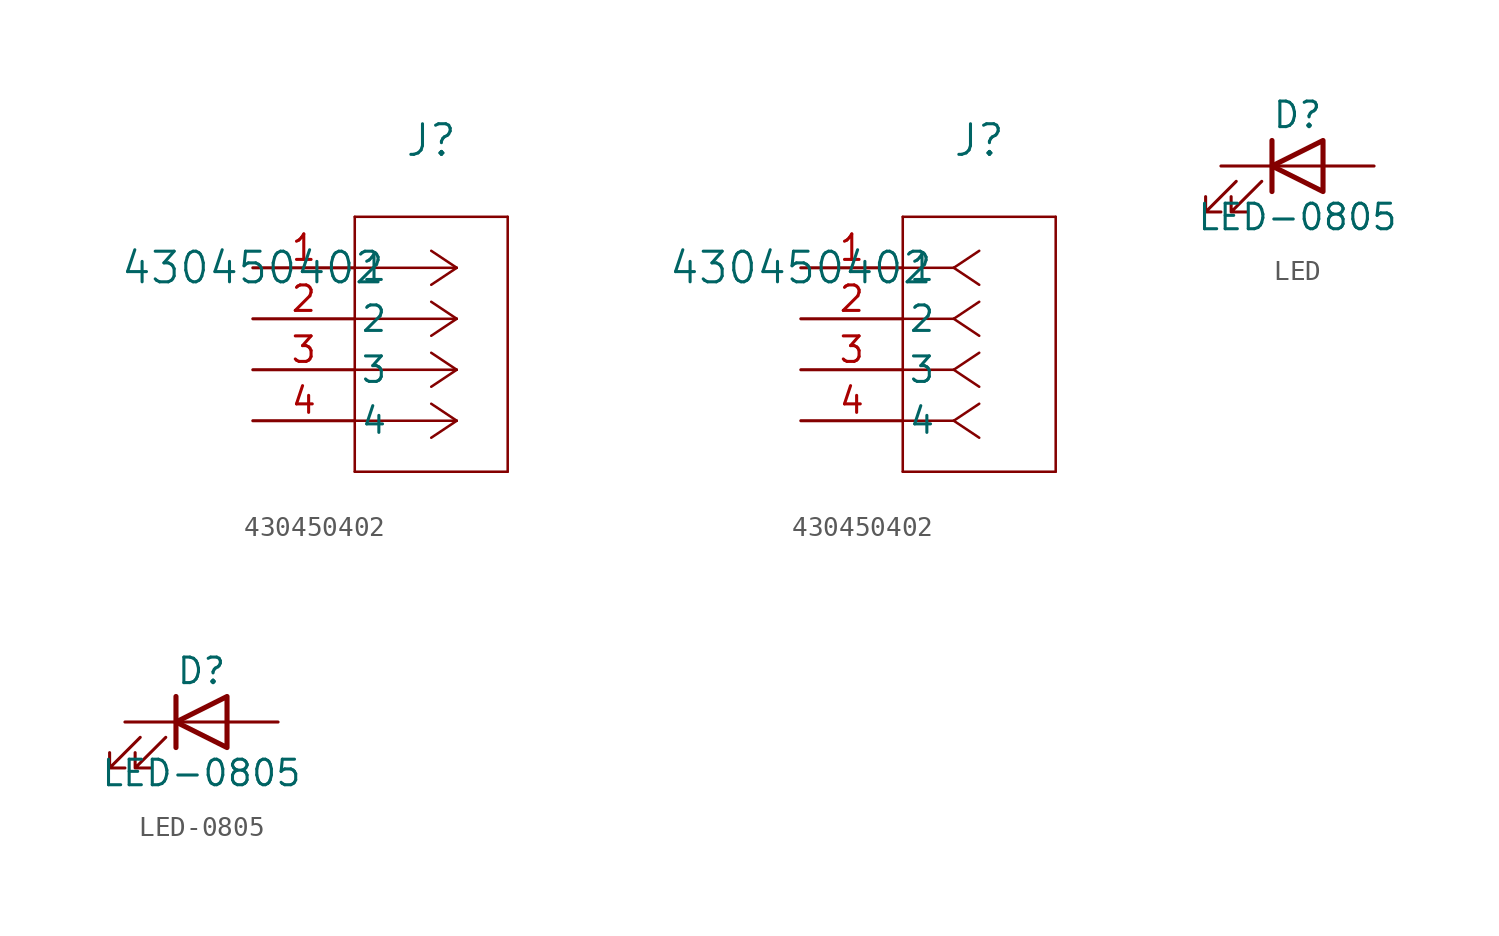
<source format=kicad_sym>
(kicad_symbol_lib
  (version 20241209)
  (generator "kicad_symbol_editor")
  (generator_version "9.0")
  (symbol "430450402"
    (pin_names
      (offset 0.254))
    (property "Reference" "J"
      (at 8.89 6.35 0)
      (effects (font (size 1.524 1.524))))
    (property "Value" "430450402"
      (at 0 0 0)
      (effects (font (size 1.524 1.524))))
    (symbol "430450402_1_1"
      (polyline (pts (xy 5.08 2.54) (xy 5.08 -10.16)) (stroke (width 0.127) (type default)) (fill (type none)))
      (polyline (pts (xy 5.08 -10.16) (xy 12.7 -10.16)) (stroke (width 0.127) (type default)) (fill (type none)))
      (polyline (pts (xy 10.16 0) (xy 5.08 0)) (stroke (width 0.127) (type default)) (fill (type none)))
      (polyline (pts (xy 10.16 0) (xy 8.89 0.847)) (stroke (width 0.127) (type default)) (fill (type none)))
      (polyline (pts (xy 10.16 0) (xy 8.89 -0.847)) (stroke (width 0.127) (type default)) (fill (type none)))
      (polyline (pts (xy 10.16 -2.54) (xy 5.08 -2.54)) (stroke (width 0.127) (type default)) (fill (type none)))
      (polyline (pts (xy 10.16 -2.54) (xy 8.89 -1.693)) (stroke (width 0.127) (type default)) (fill (type none)))
      (polyline (pts (xy 10.16 -2.54) (xy 8.89 -3.387)) (stroke (width 0.127) (type default)) (fill (type none)))
      (polyline (pts (xy 10.16 -5.08) (xy 5.08 -5.08)) (stroke (width 0.127) (type default)) (fill (type none)))
      (polyline (pts (xy 10.16 -5.08) (xy 8.89 -4.233)) (stroke (width 0.127) (type default)) (fill (type none)))
      (polyline (pts (xy 10.16 -5.08) (xy 8.89 -5.927)) (stroke (width 0.127) (type default)) (fill (type none)))
      (polyline (pts (xy 10.16 -7.62) (xy 5.08 -7.62)) (stroke (width 0.127) (type default)) (fill (type none)))
      (polyline (pts (xy 10.16 -7.62) (xy 8.89 -6.773)) (stroke (width 0.127) (type default)) (fill (type none)))
      (polyline (pts (xy 10.16 -7.62) (xy 8.89 -8.467)) (stroke (width 0.127) (type default)) (fill (type none)))
      (polyline (pts (xy 12.7 2.54) (xy 5.08 2.54)) (stroke (width 0.127) (type default)) (fill (type none)))
      (polyline (pts (xy 12.7 -10.16) (xy 12.7 2.54)) (stroke (width 0.127) (type default)) (fill (type none)))
      (pin unspecified line (at 0 0 0) (length 5.08) (name "1" (effects (font (size 1.27 1.27)))) (number "1" (effects (font (size 1.27 1.27)))))
      (pin unspecified line (at 0 -2.54 0) (length 5.08) (name "2" (effects (font (size 1.27 1.27)))) (number "2" (effects (font (size 1.27 1.27)))))
      (pin unspecified line (at 0 -5.08 0) (length 5.08) (name "3" (effects (font (size 1.27 1.27)))) (number "3" (effects (font (size 1.27 1.27)))))
      (pin unspecified line (at 0 -7.62 0) (length 5.08) (name "4" (effects (font (size 1.27 1.27)))) (number "4" (effects (font (size 1.27 1.27))))))
    (symbol "430450402_1_2"
      (polyline (pts (xy 5.08 2.54) (xy 5.08 -10.16)) (stroke (width 0.127) (type default)) (fill (type none)))
      (polyline (pts (xy 5.08 -10.16) (xy 12.7 -10.16)) (stroke (width 0.127) (type default)) (fill (type none)))
      (polyline (pts (xy 7.62 0) (xy 5.08 0)) (stroke (width 0.127) (type default)) (fill (type none)))
      (polyline (pts (xy 7.62 0) (xy 8.89 0.847)) (stroke (width 0.127) (type default)) (fill (type none)))
      (polyline (pts (xy 7.62 0) (xy 8.89 -0.847)) (stroke (width 0.127) (type default)) (fill (type none)))
      (polyline (pts (xy 7.62 -2.54) (xy 5.08 -2.54)) (stroke (width 0.127) (type default)) (fill (type none)))
      (polyline (pts (xy 7.62 -2.54) (xy 8.89 -1.693)) (stroke (width 0.127) (type default)) (fill (type none)))
      (polyline (pts (xy 7.62 -2.54) (xy 8.89 -3.387)) (stroke (width 0.127) (type default)) (fill (type none)))
      (polyline (pts (xy 7.62 -5.08) (xy 5.08 -5.08)) (stroke (width 0.127) (type default)) (fill (type none)))
      (polyline (pts (xy 7.62 -5.08) (xy 8.89 -4.233)) (stroke (width 0.127) (type default)) (fill (type none)))
      (polyline (pts (xy 7.62 -5.08) (xy 8.89 -5.927)) (stroke (width 0.127) (type default)) (fill (type none)))
      (polyline (pts (xy 7.62 -7.62) (xy 5.08 -7.62)) (stroke (width 0.127) (type default)) (fill (type none)))
      (polyline (pts (xy 7.62 -7.62) (xy 8.89 -6.773)) (stroke (width 0.127) (type default)) (fill (type none)))
      (polyline (pts (xy 7.62 -7.62) (xy 8.89 -8.467)) (stroke (width 0.127) (type default)) (fill (type none)))
      (polyline (pts (xy 12.7 2.54) (xy 5.08 2.54)) (stroke (width 0.127) (type default)) (fill (type none)))
      (polyline (pts (xy 12.7 -10.16) (xy 12.7 2.54)) (stroke (width 0.127) (type default)) (fill (type none)))
      (pin unspecified line (at 0 0 0) (length 5.08) (name "1" (effects (font (size 1.27 1.27)))) (number "1" (effects (font (size 1.27 1.27)))))
      (pin unspecified line (at 0 -2.54 0) (length 5.08) (name "2" (effects (font (size 1.27 1.27)))) (number "2" (effects (font (size 1.27 1.27)))))
      (pin unspecified line (at 0 -5.08 0) (length 5.08) (name "3" (effects (font (size 1.27 1.27)))) (number "3" (effects (font (size 1.27 1.27)))))
      (pin unspecified line (at 0 -7.62 0) (length 5.08) (name "4" (effects (font (size 1.27 1.27)))) (number "4" (effects (font (size 1.27 1.27)))))))
  (symbol "LED"
    (pin_numbers
      (hide yes))
    (pin_names
      (offset 1.016)
      (hide yes))
    (property "Reference" "D"
      (at 0 2.54 0)
      (effects (font (size 1.27 1.27))))
    (property "Value" "LED-0805"
      (at 0 -2.54 0)
      (effects (font (size 1.27 1.27))))
    (symbol "LED_0_1"
      (polyline (pts (xy -3.048 -0.762) (xy -4.572 -2.286) (xy -3.81 -2.286) (xy -4.572 -2.286) (xy -4.572 -1.524)) (stroke (width 0) (type default)) (fill (type none)))
      (polyline (pts (xy -1.778 -0.762) (xy -3.302 -2.286) (xy -2.54 -2.286) (xy -3.302 -2.286) (xy -3.302 -1.524)) (stroke (width 0) (type default)) (fill (type none)))
      (polyline (pts (xy -1.27 0) (xy 1.27 0)) (stroke (width 0) (type default)) (fill (type none)))
      (polyline (pts (xy -1.27 -1.27) (xy -1.27 1.27)) (stroke (width 0.254) (type default)) (fill (type none)))
      (polyline (pts (xy 1.27 -1.27) (xy 1.27 1.27) (xy -1.27 0) (xy 1.27 -1.27)) (stroke (width 0.254) (type default)) (fill (type none))))
    (symbol "LED_1_1"
      (pin passive line (at -3.81 0 0) (length 2.54) (name "K" (effects (font (size 1.27 1.27)))) (number "1" (effects (font (size 1.27 1.27)))))
      (pin passive line (at 3.81 0 180) (length 2.54) (name "A" (effects (font (size 1.27 1.27)))) (number "2" (effects (font (size 1.27 1.27)))))))
  (symbol "LED-0805"
    (pin_numbers
      (hide yes))
    (pin_names
      (offset 1.016)
      (hide yes))
    (property "Reference" "D"
      (at 0 2.54 0)
      (effects (font (size 1.27 1.27))))
    (property "Value" "LED-0805"
      (at 0 -2.54 0)
      (effects (font (size 1.27 1.27))))
    (symbol "LED-0805_0_1"
      (polyline (pts (xy -3.048 -0.762) (xy -4.572 -2.286) (xy -3.81 -2.286) (xy -4.572 -2.286) (xy -4.572 -1.524)) (stroke (width 0) (type default)) (fill (type none)))
      (polyline (pts (xy -1.778 -0.762) (xy -3.302 -2.286) (xy -2.54 -2.286) (xy -3.302 -2.286) (xy -3.302 -1.524)) (stroke (width 0) (type default)) (fill (type none)))
      (polyline (pts (xy -1.27 0) (xy 1.27 0)) (stroke (width 0) (type default)) (fill (type none)))
      (polyline (pts (xy -1.27 -1.27) (xy -1.27 1.27)) (stroke (width 0.254) (type default)) (fill (type none)))
      (polyline (pts (xy 1.27 -1.27) (xy 1.27 1.27) (xy -1.27 0) (xy 1.27 -1.27)) (stroke (width 0.254) (type default)) (fill (type none))))
    (symbol "LED-0805_1_1"
      (pin passive line (at -3.81 0 0) (length 2.54) (name "K" (effects (font (size 1.27 1.27)))) (number "1" (effects (font (size 1.27 1.27)))))
      (pin passive line (at 3.81 0 180) (length 2.54) (name "A" (effects (font (size 1.27 1.27)))) (number "2" (effects (font (size 1.27 1.27))))))))
</source>
